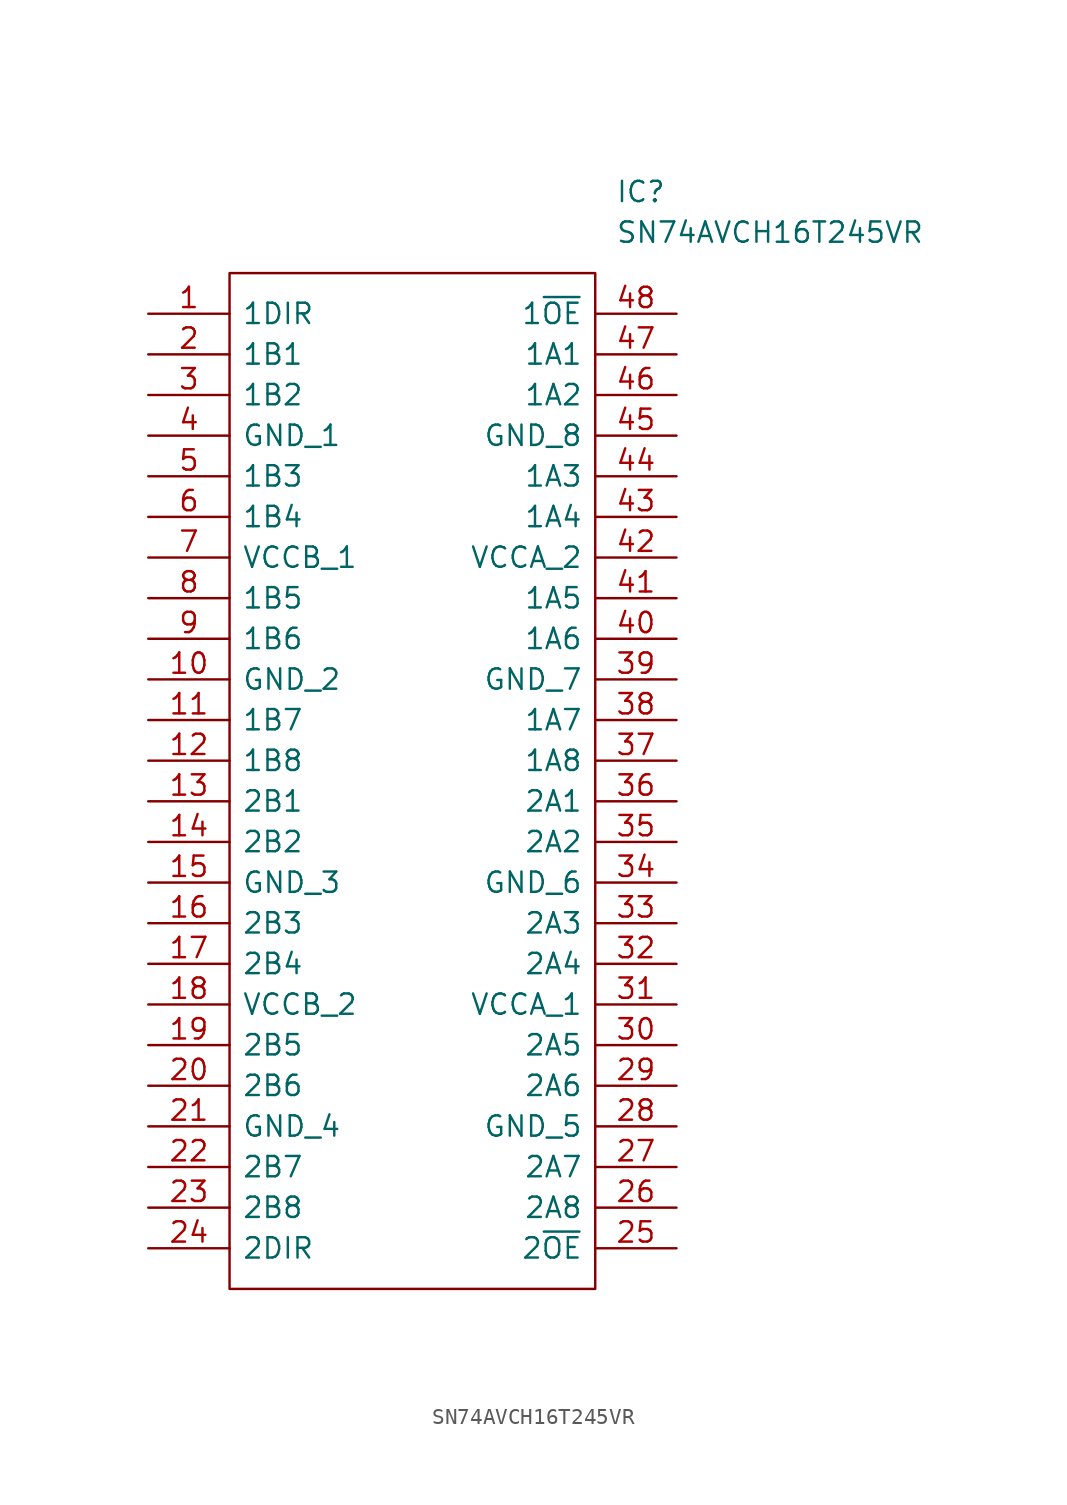
<source format=kicad_sym>
(kicad_symbol_lib
  (version 20211014)
  (generator kicad_symbol_editor)
  (symbol "SN74AVCH16T245VR"
    (pin_names
      (offset 0.762))
    (property "Reference" "IC"
      (at 29.21 7.62 0)
      (effects (font (size 1.27 1.27)) (justify left)))
    (property "Value" "SN74AVCH16T245VR"
      (at 29.21 5.08 0)
      (effects (font (size 1.27 1.27)) (justify left)))
    (symbol "SN74AVCH16T245VR_0_0"
      (pin passive line (at 0 0 0) (length 5.08) (name "1DIR" (effects (font (size 1.27 1.27)))) (number "1" (effects (font (size 1.27 1.27)))))
      (pin passive line (at 0 -22.86 0) (length 5.08) (name "GND_2" (effects (font (size 1.27 1.27)))) (number "10" (effects (font (size 1.27 1.27)))))
      (pin passive line (at 0 -25.4 0) (length 5.08) (name "1B7" (effects (font (size 1.27 1.27)))) (number "11" (effects (font (size 1.27 1.27)))))
      (pin passive line (at 0 -27.94 0) (length 5.08) (name "1B8" (effects (font (size 1.27 1.27)))) (number "12" (effects (font (size 1.27 1.27)))))
      (pin passive line (at 0 -30.48 0) (length 5.08) (name "2B1" (effects (font (size 1.27 1.27)))) (number "13" (effects (font (size 1.27 1.27)))))
      (pin passive line (at 0 -33.02 0) (length 5.08) (name "2B2" (effects (font (size 1.27 1.27)))) (number "14" (effects (font (size 1.27 1.27)))))
      (pin passive line (at 0 -35.56 0) (length 5.08) (name "GND_3" (effects (font (size 1.27 1.27)))) (number "15" (effects (font (size 1.27 1.27)))))
      (pin passive line (at 0 -38.1 0) (length 5.08) (name "2B3" (effects (font (size 1.27 1.27)))) (number "16" (effects (font (size 1.27 1.27)))))
      (pin passive line (at 0 -40.64 0) (length 5.08) (name "2B4" (effects (font (size 1.27 1.27)))) (number "17" (effects (font (size 1.27 1.27)))))
      (pin passive line (at 0 -43.18 0) (length 5.08) (name "VCCB_2" (effects (font (size 1.27 1.27)))) (number "18" (effects (font (size 1.27 1.27)))))
      (pin passive line (at 0 -45.72 0) (length 5.08) (name "2B5" (effects (font (size 1.27 1.27)))) (number "19" (effects (font (size 1.27 1.27)))))
      (pin passive line (at 0 -2.54 0) (length 5.08) (name "1B1" (effects (font (size 1.27 1.27)))) (number "2" (effects (font (size 1.27 1.27)))))
      (pin passive line (at 0 -48.26 0) (length 5.08) (name "2B6" (effects (font (size 1.27 1.27)))) (number "20" (effects (font (size 1.27 1.27)))))
      (pin passive line (at 0 -50.8 0) (length 5.08) (name "GND_4" (effects (font (size 1.27 1.27)))) (number "21" (effects (font (size 1.27 1.27)))))
      (pin passive line (at 0 -53.34 0) (length 5.08) (name "2B7" (effects (font (size 1.27 1.27)))) (number "22" (effects (font (size 1.27 1.27)))))
      (pin passive line (at 0 -55.88 0) (length 5.08) (name "2B8" (effects (font (size 1.27 1.27)))) (number "23" (effects (font (size 1.27 1.27)))))
      (pin passive line (at 0 -58.42 0) (length 5.08) (name "2DIR" (effects (font (size 1.27 1.27)))) (number "24" (effects (font (size 1.27 1.27)))))
      (pin passive line (at 33.02 -58.42 180) (length 5.08) (name "2~{OE}" (effects (font (size 1.27 1.27)))) (number "25" (effects (font (size 1.27 1.27)))))
      (pin passive line (at 33.02 -55.88 180) (length 5.08) (name "2A8" (effects (font (size 1.27 1.27)))) (number "26" (effects (font (size 1.27 1.27)))))
      (pin passive line (at 33.02 -53.34 180) (length 5.08) (name "2A7" (effects (font (size 1.27 1.27)))) (number "27" (effects (font (size 1.27 1.27)))))
      (pin passive line (at 33.02 -50.8 180) (length 5.08) (name "GND_5" (effects (font (size 1.27 1.27)))) (number "28" (effects (font (size 1.27 1.27)))))
      (pin passive line (at 33.02 -48.26 180) (length 5.08) (name "2A6" (effects (font (size 1.27 1.27)))) (number "29" (effects (font (size 1.27 1.27)))))
      (pin passive line (at 0 -5.08 0) (length 5.08) (name "1B2" (effects (font (size 1.27 1.27)))) (number "3" (effects (font (size 1.27 1.27)))))
      (pin passive line (at 33.02 -45.72 180) (length 5.08) (name "2A5" (effects (font (size 1.27 1.27)))) (number "30" (effects (font (size 1.27 1.27)))))
      (pin passive line (at 33.02 -43.18 180) (length 5.08) (name "VCCA_1" (effects (font (size 1.27 1.27)))) (number "31" (effects (font (size 1.27 1.27)))))
      (pin passive line (at 33.02 -40.64 180) (length 5.08) (name "2A4" (effects (font (size 1.27 1.27)))) (number "32" (effects (font (size 1.27 1.27)))))
      (pin passive line (at 33.02 -38.1 180) (length 5.08) (name "2A3" (effects (font (size 1.27 1.27)))) (number "33" (effects (font (size 1.27 1.27)))))
      (pin passive line (at 33.02 -35.56 180) (length 5.08) (name "GND_6" (effects (font (size 1.27 1.27)))) (number "34" (effects (font (size 1.27 1.27)))))
      (pin passive line (at 33.02 -33.02 180) (length 5.08) (name "2A2" (effects (font (size 1.27 1.27)))) (number "35" (effects (font (size 1.27 1.27)))))
      (pin passive line (at 33.02 -30.48 180) (length 5.08) (name "2A1" (effects (font (size 1.27 1.27)))) (number "36" (effects (font (size 1.27 1.27)))))
      (pin passive line (at 33.02 -27.94 180) (length 5.08) (name "1A8" (effects (font (size 1.27 1.27)))) (number "37" (effects (font (size 1.27 1.27)))))
      (pin passive line (at 33.02 -25.4 180) (length 5.08) (name "1A7" (effects (font (size 1.27 1.27)))) (number "38" (effects (font (size 1.27 1.27)))))
      (pin passive line (at 33.02 -22.86 180) (length 5.08) (name "GND_7" (effects (font (size 1.27 1.27)))) (number "39" (effects (font (size 1.27 1.27)))))
      (pin passive line (at 0 -7.62 0) (length 5.08) (name "GND_1" (effects (font (size 1.27 1.27)))) (number "4" (effects (font (size 1.27 1.27)))))
      (pin passive line (at 33.02 -20.32 180) (length 5.08) (name "1A6" (effects (font (size 1.27 1.27)))) (number "40" (effects (font (size 1.27 1.27)))))
      (pin passive line (at 33.02 -17.78 180) (length 5.08) (name "1A5" (effects (font (size 1.27 1.27)))) (number "41" (effects (font (size 1.27 1.27)))))
      (pin passive line (at 33.02 -15.24 180) (length 5.08) (name "VCCA_2" (effects (font (size 1.27 1.27)))) (number "42" (effects (font (size 1.27 1.27)))))
      (pin passive line (at 33.02 -12.7 180) (length 5.08) (name "1A4" (effects (font (size 1.27 1.27)))) (number "43" (effects (font (size 1.27 1.27)))))
      (pin passive line (at 33.02 -10.16 180) (length 5.08) (name "1A3" (effects (font (size 1.27 1.27)))) (number "44" (effects (font (size 1.27 1.27)))))
      (pin passive line (at 33.02 -7.62 180) (length 5.08) (name "GND_8" (effects (font (size 1.27 1.27)))) (number "45" (effects (font (size 1.27 1.27)))))
      (pin passive line (at 33.02 -5.08 180) (length 5.08) (name "1A2" (effects (font (size 1.27 1.27)))) (number "46" (effects (font (size 1.27 1.27)))))
      (pin passive line (at 33.02 -2.54 180) (length 5.08) (name "1A1" (effects (font (size 1.27 1.27)))) (number "47" (effects (font (size 1.27 1.27)))))
      (pin passive line (at 33.02 0 180) (length 5.08) (name "1~{OE}" (effects (font (size 1.27 1.27)))) (number "48" (effects (font (size 1.27 1.27)))))
      (pin passive line (at 0 -10.16 0) (length 5.08) (name "1B3" (effects (font (size 1.27 1.27)))) (number "5" (effects (font (size 1.27 1.27)))))
      (pin passive line (at 0 -12.7 0) (length 5.08) (name "1B4" (effects (font (size 1.27 1.27)))) (number "6" (effects (font (size 1.27 1.27)))))
      (pin passive line (at 0 -15.24 0) (length 5.08) (name "VCCB_1" (effects (font (size 1.27 1.27)))) (number "7" (effects (font (size 1.27 1.27)))))
      (pin passive line (at 0 -17.78 0) (length 5.08) (name "1B5" (effects (font (size 1.27 1.27)))) (number "8" (effects (font (size 1.27 1.27)))))
      (pin passive line (at 0 -20.32 0) (length 5.08) (name "1B6" (effects (font (size 1.27 1.27)))) (number "9" (effects (font (size 1.27 1.27))))))
    (symbol "SN74AVCH16T245VR_0_1"
      (polyline (pts (xy 5.08 2.54) (xy 27.94 2.54) (xy 27.94 -60.96) (xy 5.08 -60.96) (xy 5.08 2.54)) (stroke (width 0.152) (type default) (color 0 0 0 0)) (fill (type none))))))
</source>
